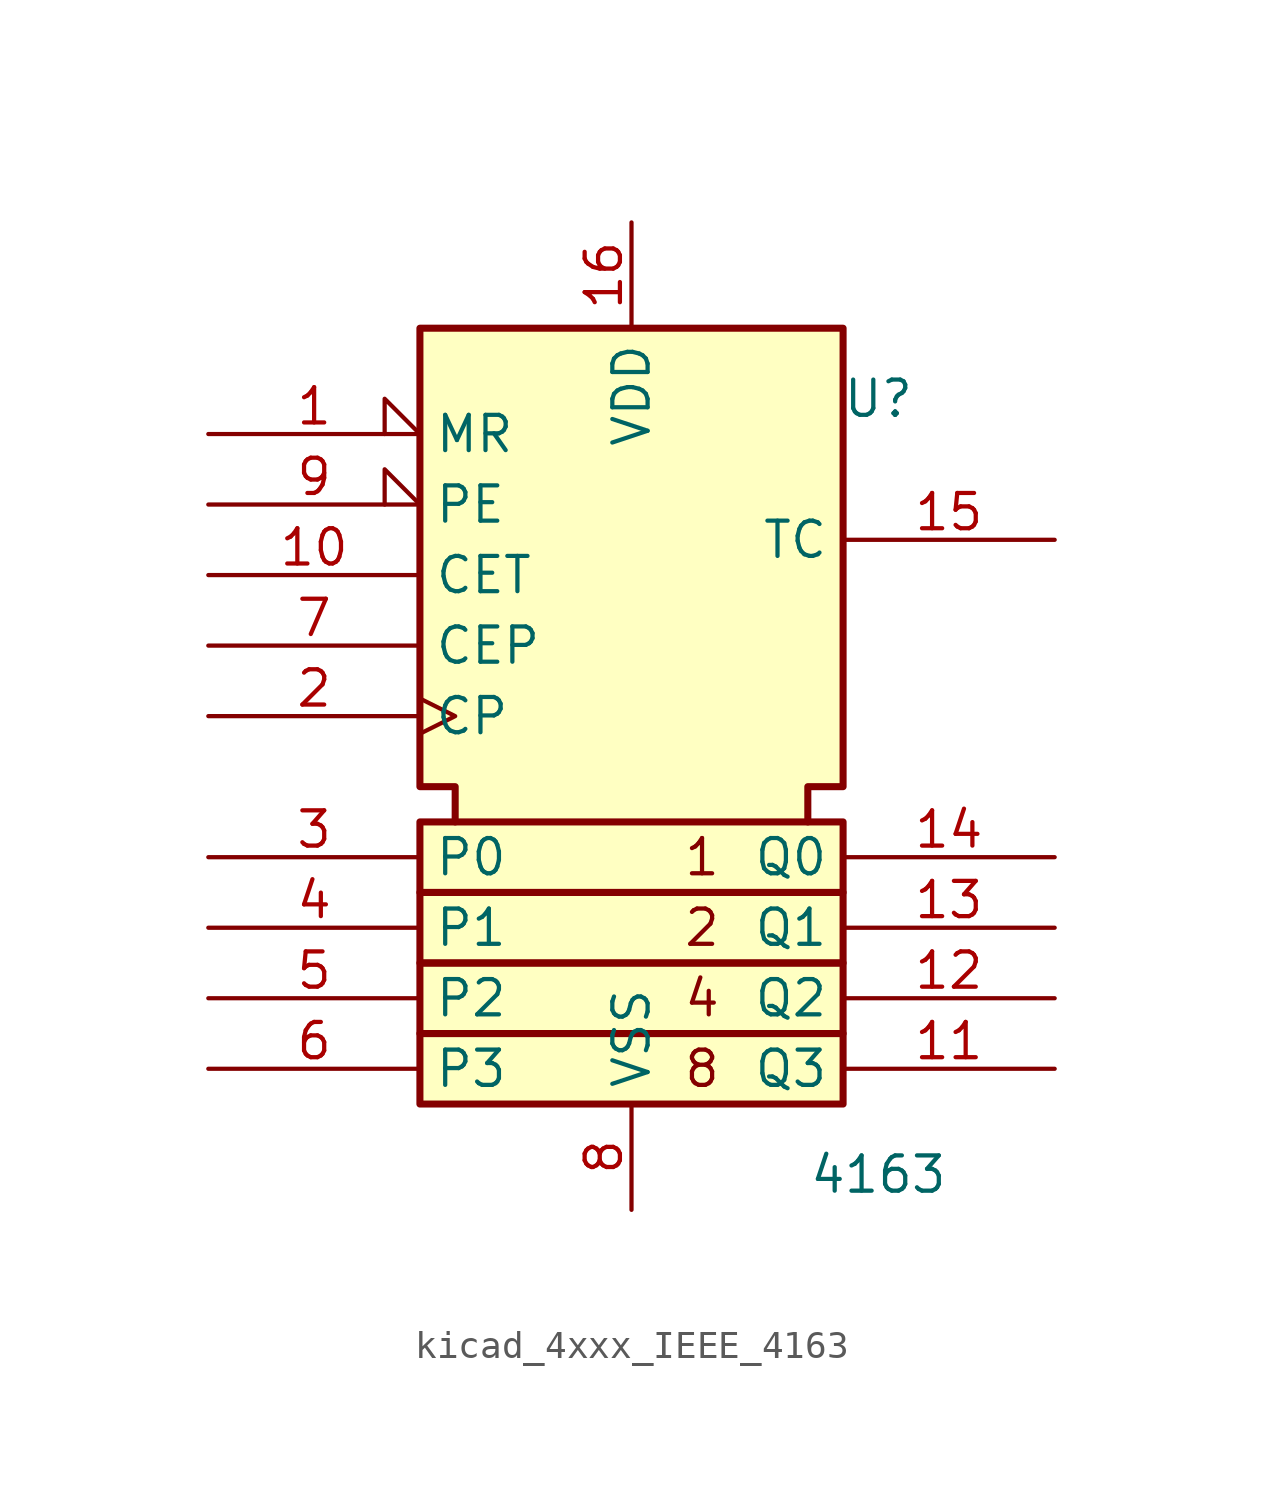
<source format=kicad_sym>
(kicad_symbol_lib
  (version 20220914)
  (generator kicad_symbol_editor)
  (symbol "kicad_4xxx_IEEE_4163"
    (property "Reference" "U"
      (at 8.89 10.16 0)
      (effects (font (size 1.27 1.27))))
    (property "Value" "4163"
      (at 8.89 -17.78 0)
      (effects (font (size 1.27 1.27))))
    (symbol "kicad_4xxx_IEEE_4163_0_0"
      (rectangle (start -7.62 -12.7) (end 7.62 -15.24) (stroke (width 0.254) (type default)) (fill (type background)))
      (rectangle (start -7.62 -10.16) (end 7.62 -12.7) (stroke (width 0.254) (type default)) (fill (type background)))
      (rectangle (start -7.62 -7.62) (end 7.62 -10.16) (stroke (width 0.254) (type default)) (fill (type background)))
      (rectangle (start -7.62 -5.08) (end 7.62 -7.62) (stroke (width 0.254) (type default)) (fill (type background)))
      (polyline (pts (xy -6.35 -5.08) (xy -6.35 -3.81) (xy -7.62 -3.81) (xy -7.62 12.7) (xy 7.62 12.7) (xy 7.62 -3.81) (xy 6.35 -3.81) (xy 6.35 -5.08) (xy 6.35 -5.08)) (stroke (width 0.254) (type default)) (fill (type background)))
      (text "1" (at 2.54 -6.35 0) (effects (font (size 1.27 1.27))))
      (text "2" (at 2.54 -8.89 0) (effects (font (size 1.27 1.27))))
      (text "4" (at 2.54 -11.43 0) (effects (font (size 1.27 1.27))))
      (text "8" (at 2.54 -13.97 0) (effects (font (size 1.27 1.27)))))
    (symbol "kicad_4xxx_IEEE_4163_1_1"
      (pin input input_low (at -15.24 8.89 0) (length 7.62) (name "MR" (effects (font (size 1.27 1.27)))) (number "1" (effects (font (size 1.27 1.27)))))
      (pin input line (at -15.24 3.81 0) (length 7.62) (name "CET" (effects (font (size 1.27 1.27)))) (number "10" (effects (font (size 1.27 1.27)))))
      (pin output line (at 15.24 -13.97 180) (length 7.62) (name "Q3" (effects (font (size 1.27 1.27)))) (number "11" (effects (font (size 1.27 1.27)))))
      (pin output line (at 15.24 -11.43 180) (length 7.62) (name "Q2" (effects (font (size 1.27 1.27)))) (number "12" (effects (font (size 1.27 1.27)))))
      (pin output line (at 15.24 -8.89 180) (length 7.62) (name "Q1" (effects (font (size 1.27 1.27)))) (number "13" (effects (font (size 1.27 1.27)))))
      (pin output line (at 15.24 -6.35 180) (length 7.62) (name "Q0" (effects (font (size 1.27 1.27)))) (number "14" (effects (font (size 1.27 1.27)))))
      (pin output line (at 15.24 5.08 180) (length 7.62) (name "TC" (effects (font (size 1.27 1.27)))) (number "15" (effects (font (size 1.27 1.27)))))
      (pin power_in line (at 0 16.51 270) (length 3.81) (name "VDD" (effects (font (size 1.27 1.27)))) (number "16" (effects (font (size 1.27 1.27)))))
      (pin input clock (at -15.24 -1.27 0) (length 7.62) (name "CP" (effects (font (size 1.27 1.27)))) (number "2" (effects (font (size 1.27 1.27)))))
      (pin input line (at -15.24 -6.35 0) (length 7.62) (name "P0" (effects (font (size 1.27 1.27)))) (number "3" (effects (font (size 1.27 1.27)))))
      (pin input line (at -15.24 -8.89 0) (length 7.62) (name "P1" (effects (font (size 1.27 1.27)))) (number "4" (effects (font (size 1.27 1.27)))))
      (pin input line (at -15.24 -11.43 0) (length 7.62) (name "P2" (effects (font (size 1.27 1.27)))) (number "5" (effects (font (size 1.27 1.27)))))
      (pin input line (at -15.24 -13.97 0) (length 7.62) (name "P3" (effects (font (size 1.27 1.27)))) (number "6" (effects (font (size 1.27 1.27)))))
      (pin input line (at -15.24 1.27 0) (length 7.62) (name "CEP" (effects (font (size 1.27 1.27)))) (number "7" (effects (font (size 1.27 1.27)))))
      (pin power_in line (at 0 -19.05 90) (length 3.81) (name "VSS" (effects (font (size 1.27 1.27)))) (number "8" (effects (font (size 1.27 1.27)))))
      (pin input input_low (at -15.24 6.35 0) (length 7.62) (name "PE" (effects (font (size 1.27 1.27)))) (number "9" (effects (font (size 1.27 1.27))))))))
</source>
